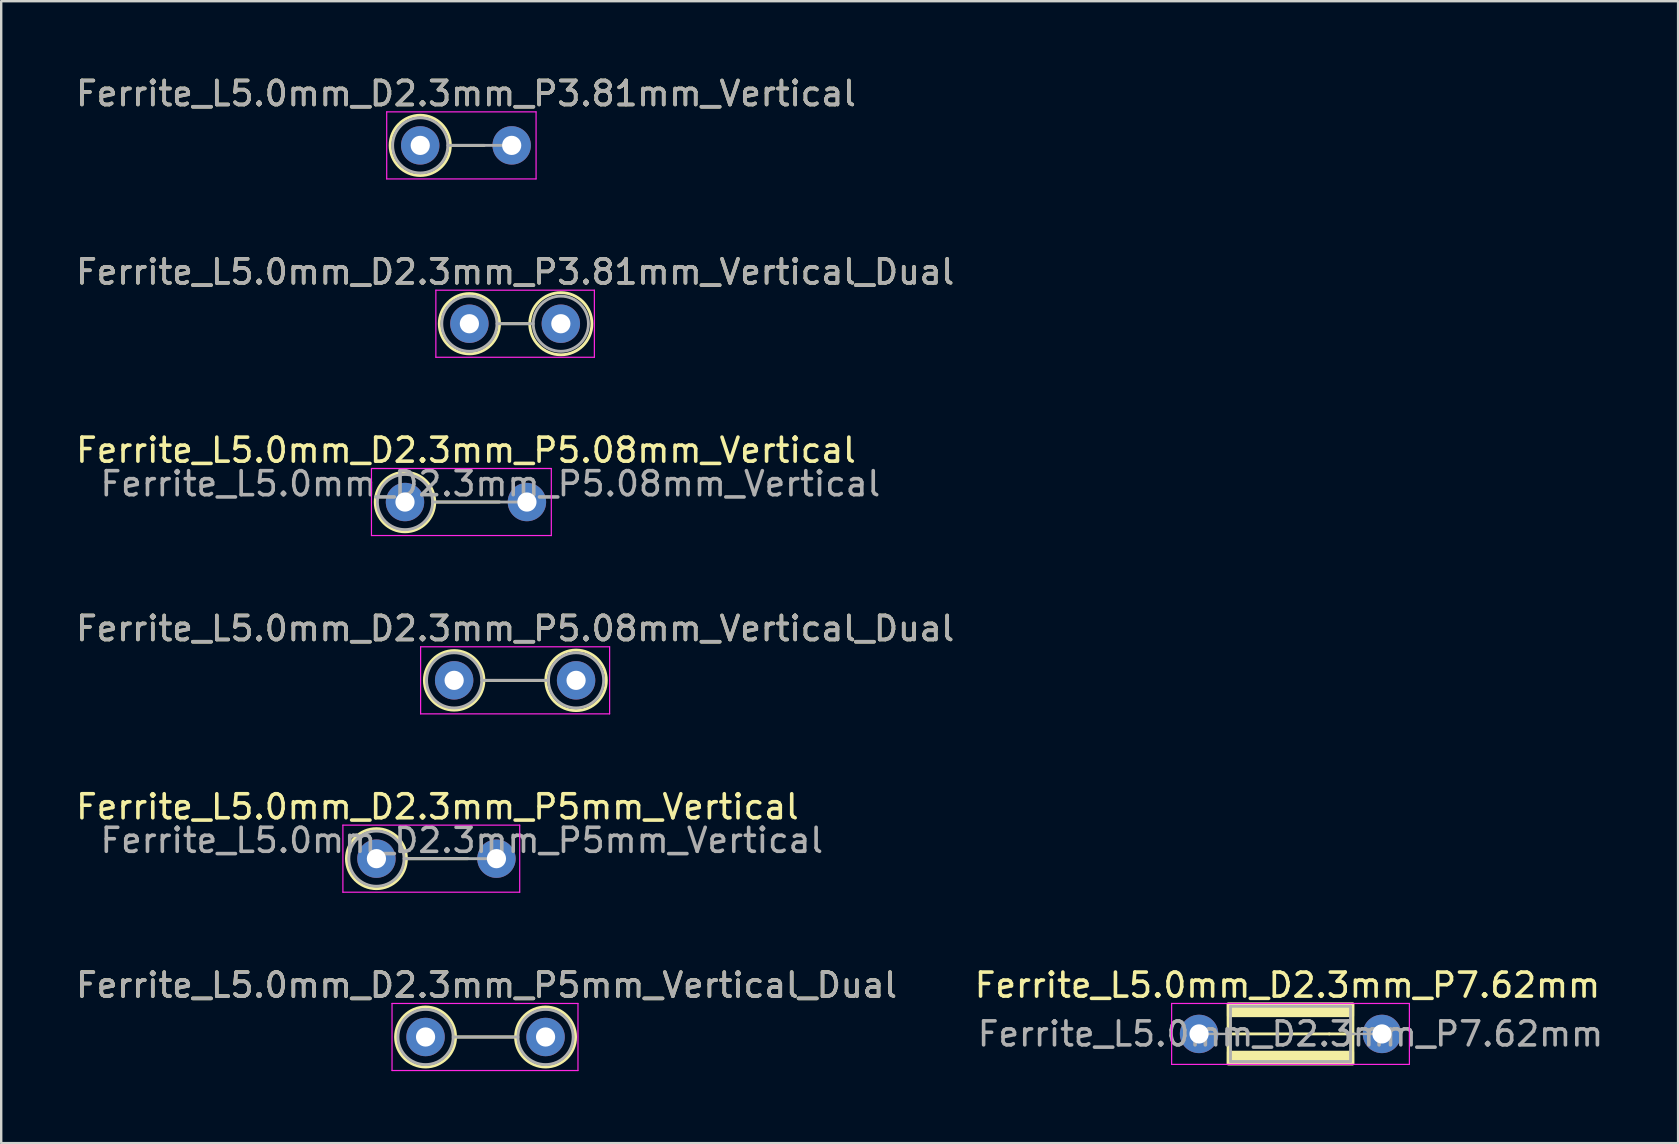
<source format=kicad_pcb>
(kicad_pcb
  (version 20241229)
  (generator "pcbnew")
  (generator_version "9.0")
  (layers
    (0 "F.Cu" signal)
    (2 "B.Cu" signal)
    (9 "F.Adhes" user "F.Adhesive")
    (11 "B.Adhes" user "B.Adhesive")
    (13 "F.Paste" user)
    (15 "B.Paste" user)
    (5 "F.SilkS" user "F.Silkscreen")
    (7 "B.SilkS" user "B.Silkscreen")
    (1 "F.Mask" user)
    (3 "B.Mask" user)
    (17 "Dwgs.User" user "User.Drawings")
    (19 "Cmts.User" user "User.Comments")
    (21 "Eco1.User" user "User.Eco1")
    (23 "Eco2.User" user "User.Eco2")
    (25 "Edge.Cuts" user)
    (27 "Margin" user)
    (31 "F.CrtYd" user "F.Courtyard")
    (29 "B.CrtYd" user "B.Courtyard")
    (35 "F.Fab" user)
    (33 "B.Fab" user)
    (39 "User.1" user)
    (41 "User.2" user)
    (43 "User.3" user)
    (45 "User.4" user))
  (footprint "Ferrite_L5.0mm_D2.3mm_P3.81mm_Vertical_Dual"
    (layer "F.Cu")
    (at 16.506 10.437)
    (property "Reference" "Ferrite_L5.0mm_D2.3mm_P3.81mm_Vertical_Dual" (at 1.905 -2.159 0) (layer "F.SilkS") (effects (font (size 1 1) (thickness 0.15))))
    (fp_line (start 1.255 0) (end 2.515 0) (stroke (width 0.12) (type solid)) (layer "F.SilkS"))
    (fp_circle (center 0 0) (end 1.255 0) (stroke (width 0.12) (type solid)) (fill no) (layer "F.SilkS"))
    (fp_circle (center 3.81 0) (end 5.105 0) (stroke (width 0.12) (type solid)) (fill no) (layer "F.SilkS"))
    (fp_line (start -1.397 -1.397) (end 5.207 -1.397) (stroke (width 0.05) (type solid)) (layer "F.CrtYd"))
    (fp_line (start -1.397 1.397) (end -1.397 -1.397) (stroke (width 0.05) (type solid)) (layer "F.CrtYd"))
    (fp_line (start 5.207 -1.397) (end 5.207 1.397) (stroke (width 0.05) (type solid)) (layer "F.CrtYd"))
    (fp_line (start 5.207 1.397) (end -1.397 1.397) (stroke (width 0.05) (type solid)) (layer "F.CrtYd"))
    (fp_line (start 1.15 0) (end 2.66 0) (stroke (width 0.12) (type solid)) (layer "F.Fab"))
    (fp_circle (center 0 0) (end 1.15 0) (stroke (width 0.12) (type solid)) (fill no) (layer "F.Fab"))
    (fp_circle (center 3.81 0) (end 4.96 0) (stroke (width 0.12) (type solid)) (fill no) (layer "F.Fab"))
    (fp_text user "${REFERENCE}" (at 1.905 -2.158 0) (layer "F.Fab") (effects (font (size 1 1) (thickness 0.15))))
    (pad "1" thru_hole circle (at 0 0) (size 1.6 1.6) (drill 0.8) (layers "*.Cu" "*.Mask"))
    (pad "2" thru_hole circle (at 3.81 0) (size 1.6 1.6) (drill 0.8) (layers "*.Cu" "*.Mask")))
  (footprint "Ferrite_L5.0mm_D2.3mm_P5.08mm_Vertical"
    (layer "F.Cu")
    (at 13.823 17.866)
    (property "Reference" "Ferrite_L5.0mm_D2.3mm_P5.08mm_Vertical" (at 2.54 -2.159 0) (layer "F.SilkS") (effects (font (size 1 1) (thickness 0.15))))
    (fp_line (start 1.24 0) (end 3.937 0) (stroke (width 0.12) (type solid)) (layer "F.SilkS"))
    (fp_circle (center 0 0) (end 1.24 0) (stroke (width 0.12) (type solid)) (fill no) (layer "F.SilkS"))
    (fp_line (start -1.397 -1.397) (end 6.096 -1.397) (stroke (width 0.05) (type solid)) (layer "F.CrtYd"))
    (fp_line (start -1.397 1.397) (end -1.397 -1.397) (stroke (width 0.05) (type solid)) (layer "F.CrtYd"))
    (fp_line (start 6.096 -1.397) (end 6.096 1.397) (stroke (width 0.05) (type solid)) (layer "F.CrtYd"))
    (fp_line (start 6.096 1.397) (end -1.397 1.397) (stroke (width 0.05) (type solid)) (layer "F.CrtYd"))
    (fp_line (start 1.15 0) (end 5.08 0) (stroke (width 0.12) (type solid)) (layer "F.Fab"))
    (fp_circle (center 0 0) (end 1.15 0) (stroke (width 0.12) (type solid)) (fill no) (layer "F.Fab"))
    (fp_text user "${REFERENCE}" (at 3.556 -0.762 0) (layer "F.Fab") (effects (font (size 1 1) (thickness 0.15))))
    (pad "1" thru_hole circle (at 0 0) (size 1.6 1.6) (drill 0.8) (layers "*.Cu" "*.Mask"))
    (pad "2" thru_hole circle (at 5.08 0) (size 1.6 1.6) (drill 0.8) (layers "*.Cu" "*.Mask")))
  (footprint "Ferrite_L5.0mm_D2.3mm_P5mm_Vertical_Dual"
    (layer "F.Cu")
    (at 14.68 40.154)
    (property "Reference" "Ferrite_L5.0mm_D2.3mm_P5mm_Vertical_Dual" (at 2.54 -2.159 0) (layer "F.SilkS") (effects (font (size 1 1) (thickness 0.15))))
    (fp_line (start 1.25 0) (end 3.75 0) (stroke (width 0.12) (type solid)) (layer "F.SilkS"))
    (fp_circle (center 0 0) (end 1.25 0) (stroke (width 0.12) (type solid)) (fill no) (layer "F.SilkS"))
    (fp_circle (center 5 0) (end 6.25 0) (stroke (width 0.12) (type solid)) (fill no) (layer "F.SilkS"))
    (fp_line (start -1.397 -1.397) (end 6.35 -1.397) (stroke (width 0.05) (type solid)) (layer "F.CrtYd"))
    (fp_line (start -1.397 1.397) (end -1.397 -1.397) (stroke (width 0.05) (type solid)) (layer "F.CrtYd"))
    (fp_line (start 6.35 -1.397) (end 6.35 1.397) (stroke (width 0.05) (type solid)) (layer "F.CrtYd"))
    (fp_line (start 6.35 1.397) (end -1.397 1.397) (stroke (width 0.05) (type solid)) (layer "F.CrtYd"))
    (fp_line (start 1.15 0) (end 3.85 0) (stroke (width 0.12) (type solid)) (layer "F.Fab"))
    (fp_circle (center 0 0) (end 1.15 0) (stroke (width 0.12) (type solid)) (fill no) (layer "F.Fab"))
    (fp_circle (center 5 0) (end 6.15 0) (stroke (width 0.12) (type solid)) (fill no) (layer "F.Fab"))
    (fp_text user "${REFERENCE}" (at 2.54 -2.158 0) (layer "F.Fab") (effects (font (size 1 1) (thickness 0.15))))
    (pad "1" thru_hole circle (at 0 0) (size 1.6 1.6) (drill 0.8) (layers "*.Cu" "*.Mask"))
    (pad "2" thru_hole circle (at 5 0) (size 1.6 1.6) (drill 0.8) (layers "*.Cu" "*.Mask")))
  (footprint "Ferrite_L5.0mm_D2.3mm_P5.08mm_Vertical_Dual"
    (layer "F.Cu")
    (at 15.871 25.295)
    (property "Reference" "Ferrite_L5.0mm_D2.3mm_P5.08mm_Vertical_Dual" (at 2.54 -2.159 0) (layer "F.SilkS") (effects (font (size 1 1) (thickness 0.15))))
    (fp_line (start 1.24 0) (end 3.82 0) (stroke (width 0.12) (type solid)) (layer "F.SilkS"))
    (fp_circle (center 0 0) (end 1.24 0) (stroke (width 0.12) (type solid)) (fill no) (layer "F.SilkS"))
    (fp_circle (center 5.08 0) (end 6.34 0) (stroke (width 0.12) (type solid)) (fill no) (layer "F.SilkS"))
    (fp_line (start -1.397 -1.397) (end 6.477 -1.397) (stroke (width 0.05) (type solid)) (layer "F.CrtYd"))
    (fp_line (start -1.397 1.397) (end -1.397 -1.397) (stroke (width 0.05) (type solid)) (layer "F.CrtYd"))
    (fp_line (start 6.477 -1.397) (end 6.477 1.397) (stroke (width 0.05) (type solid)) (layer "F.CrtYd"))
    (fp_line (start 6.477 1.397) (end -1.397 1.397) (stroke (width 0.05) (type solid)) (layer "F.CrtYd"))
    (fp_line (start 1.15 0) (end 3.93 0) (stroke (width 0.12) (type solid)) (layer "F.Fab"))
    (fp_circle (center 0 0) (end 1.15 0) (stroke (width 0.12) (type solid)) (fill no) (layer "F.Fab"))
    (fp_circle (center 5.08 0) (end 6.23 0) (stroke (width 0.12) (type solid)) (fill no) (layer "F.Fab"))
    (fp_text user "${REFERENCE}" (at 2.54 -2.158 0) (layer "F.Fab") (effects (font (size 1 1) (thickness 0.15))))
    (pad "1" thru_hole circle (at 0 0) (size 1.6 1.6) (drill 0.8) (layers "*.Cu" "*.Mask"))
    (pad "2" thru_hole circle (at 5.08 0) (size 1.6 1.6) (drill 0.8) (layers "*.Cu" "*.Mask")))
  (footprint "Ferrite_L5.0mm_D2.3mm_P3.81mm_Vertical"
    (layer "F.Cu")
    (at 14.458 3.007)
    (property "Reference" "Ferrite_L5.0mm_D2.3mm_P3.81mm_Vertical" (at 1.905 -2.159 0) (layer "F.SilkS") (effects (font (size 1 1) (thickness 0.15))))
    (fp_line (start 1.255 0) (end 2.667 0) (stroke (width 0.12) (type solid)) (layer "F.SilkS"))
    (fp_circle (center 0 0) (end 1.255 0) (stroke (width 0.12) (type solid)) (fill no) (layer "F.SilkS"))
    (fp_line (start -1.397 -1.397) (end 4.826 -1.397) (stroke (width 0.05) (type solid)) (layer "F.CrtYd"))
    (fp_line (start -1.397 1.397) (end -1.397 -1.397) (stroke (width 0.05) (type solid)) (layer "F.CrtYd"))
    (fp_line (start 4.826 -1.397) (end 4.826 1.397) (stroke (width 0.05) (type solid)) (layer "F.CrtYd"))
    (fp_line (start 4.826 1.397) (end -1.397 1.397) (stroke (width 0.05) (type solid)) (layer "F.CrtYd"))
    (fp_line (start 1.15 0) (end 3.81 0) (stroke (width 0.12) (type solid)) (layer "F.Fab"))
    (fp_circle (center 0 0) (end 1.15 0) (stroke (width 0.12) (type solid)) (fill no) (layer "F.Fab"))
    (fp_text user "${REFERENCE}" (at 1.905 -2.158 0) (layer "F.Fab") (effects (font (size 1 1) (thickness 0.15))))
    (pad "1" thru_hole circle (at 0 0) (size 1.6 1.6) (drill 0.8) (layers "*.Cu" "*.Mask"))
    (pad "2" thru_hole circle (at 3.81 0) (size 1.6 1.6) (drill 0.8) (layers "*.Cu" "*.Mask")))
  (footprint "Ferrite_L5.0mm_D2.3mm_P5mm_Vertical"
    (layer "F.Cu")
    (at 12.633 32.724)
    (property "Reference" "Ferrite_L5.0mm_D2.3mm_P5mm_Vertical" (at 2.54 -2.159 0) (layer "F.SilkS") (effects (font (size 1 1) (thickness 0.15))))
    (fp_line (start 1.25 0) (end 3.81 0) (stroke (width 0.12) (type solid)) (layer "F.SilkS"))
    (fp_circle (center 0 0) (end 1.25 0) (stroke (width 0.12) (type solid)) (fill no) (layer "F.SilkS"))
    (fp_line (start -1.397 -1.397) (end 5.969 -1.397) (stroke (width 0.05) (type solid)) (layer "F.CrtYd"))
    (fp_line (start -1.397 1.397) (end -1.397 -1.397) (stroke (width 0.05) (type solid)) (layer "F.CrtYd"))
    (fp_line (start 5.969 -1.397) (end 5.969 1.397) (stroke (width 0.05) (type solid)) (layer "F.CrtYd"))
    (fp_line (start 5.969 1.397) (end -1.397 1.397) (stroke (width 0.05) (type solid)) (layer "F.CrtYd"))
    (fp_line (start 1.15 0) (end 5 0) (stroke (width 0.12) (type solid)) (layer "F.Fab"))
    (fp_circle (center 0 0) (end 1.15 0) (stroke (width 0.12) (type solid)) (fill no) (layer "F.Fab"))
    (fp_text user "${REFERENCE}" (at 3.556 -0.762 0) (layer "F.Fab") (effects (font (size 1 1) (thickness 0.15))))
    (pad "1" thru_hole circle (at 0 0) (size 1.6 1.6) (drill 0.8) (layers "*.Cu" "*.Mask"))
    (pad "2" thru_hole circle (at 5 0) (size 1.6 1.6) (drill 0.8) (layers "*.Cu" "*.Mask")))
  (footprint "Ferrite_L5.0mm_D2.3mm_P7.62mm"
    (layer "F.Cu")
    (at 46.906 40.026)
    (property "Reference" "Ferrite_L5.0mm_D2.3mm_P7.62mm" (at 3.683 -2.032 0) (layer "F.SilkS") (effects (font (size 1 1) (thickness 0.15))))
    (fp_line (start 5.424 0.000002) (end 1.143 0) (stroke (width 0.12) (type solid)) (layer "F.SilkS"))
    (fp_line (start 5.424 0.000002) (end 6.477 0) (stroke (width 0.12) (type solid)) (layer "F.SilkS"))
    (fp_rect (start 1.21 -1.25) (end 6.41 1.25) (stroke (width 0.12) (type solid)) (fill no) (layer "F.SilkS"))
    (fp_poly (pts (xy 1.21 -1.25) (xy 6.41 -1.25) (xy 6.41 -0.75) (xy 1.21 -0.75)) (stroke (width 0.1) (type solid)) (fill yes) (layer "F.SilkS"))
    (fp_poly (pts (xy 1.21 0.75) (xy 6.41 0.75) (xy 6.41 1.25) (xy 1.21 1.25)) (stroke (width 0.1) (type solid)) (fill yes) (layer "F.SilkS"))
    (fp_line (start -1.143 -1.27) (end 8.763 -1.27) (stroke (width 0.05) (type solid)) (layer "F.CrtYd"))
    (fp_line (start -1.143 1.27) (end -1.143 -1.27) (stroke (width 0.05) (type solid)) (layer "F.CrtYd"))
    (fp_line (start 8.763 -1.27) (end 8.763 1.27) (stroke (width 0.05) (type solid)) (layer "F.CrtYd"))
    (fp_line (start 8.763 1.27) (end -1.143 1.27) (stroke (width 0.05) (type solid)) (layer "F.CrtYd"))
    (fp_line (start 0 0) (end 1.31 0) (stroke (width 0.1) (type solid)) (layer "F.Fab"))
    (fp_line (start 1.31 -1.15) (end 6.31 -1.15) (stroke (width 0.12) (type solid)) (layer "F.Fab"))
    (fp_line (start 1.31 1.15) (end 1.31 -1.15) (stroke (width 0.12) (type solid)) (layer "F.Fab"))
    (fp_line (start 6.31 -1.15) (end 6.31 1.15) (stroke (width 0.12) (type solid)) (layer "F.Fab"))
    (fp_line (start 6.31 1.15) (end 1.31 1.15) (stroke (width 0.12) (type solid)) (layer "F.Fab"))
    (fp_line (start 7.62 0) (end 6.31 0) (stroke (width 0.1) (type solid)) (layer "F.Fab"))
    (fp_text user "${REFERENCE}" (at 3.81 0 0) (layer "F.Fab") (effects (font (size 1 1) (thickness 0.15))))
    (pad "1" thru_hole circle (at 0 0) (size 1.6 1.6) (drill 0.8) (layers "*.Cu" "*.Mask"))
    (pad "2" thru_hole circle (at 7.62 0) (size 1.6 1.6) (drill 0.8) (layers "*.Cu" "*.Mask")))
  (gr_rect
    (start -3 -3)
    (end 66.865 44.575)
    (stroke (width 0.1) (type default))
    (fill no)
    (layer "Edge.Cuts")))
</source>
